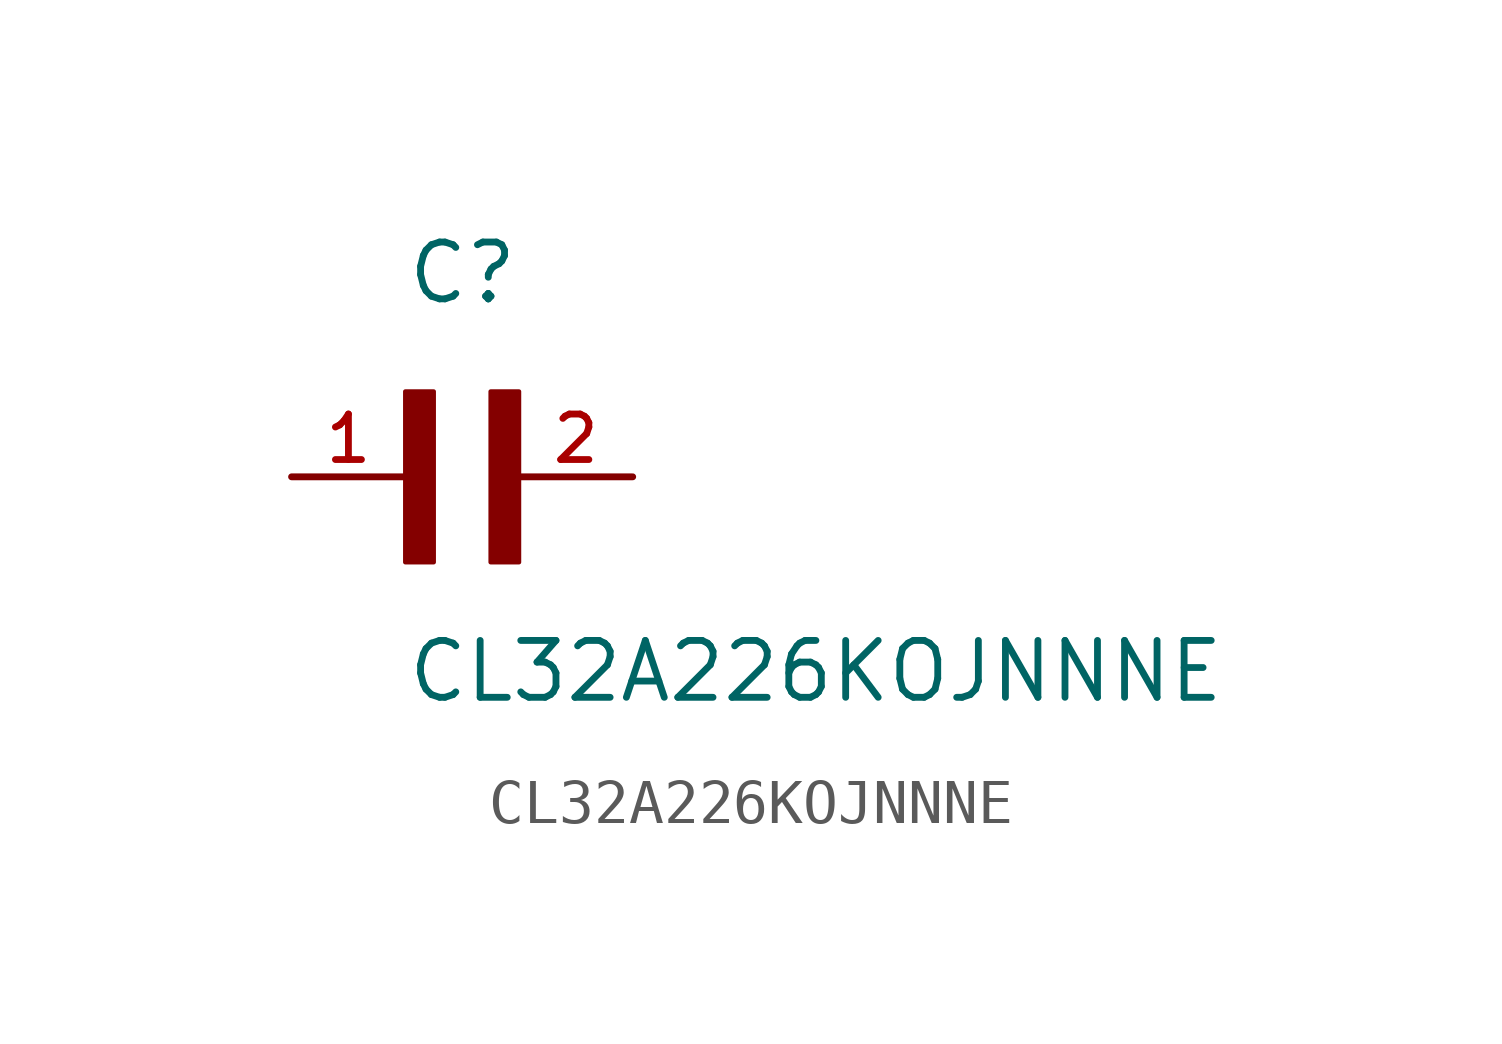
<source format=kicad_sym>
(kicad_symbol_lib
  (version 20211014)
  (generator kicad_symbol_editor)
  (symbol "CL32A226KOJNNNE"
    (pin_names
      (offset 1.016))
    (property "Reference" "C"
      (at 0.0 3.811 0)
      (effects (font (size 1.27 1.27)) (justify bottom left)))
    (property "Value" "CL32A226KOJNNNE"
      (at 0.0 -5.088 0)
      (effects (font (size 1.27 1.27)) (justify bottom left)))
    (symbol "CL32A226KOJNNNE_0_0"
      (rectangle (start 0.0 -1.907) (end 0.635 1.905) (stroke (width 0.1)) (fill (type outline)))
      (rectangle (start 1.907 -1.907) (end 2.54 1.905) (stroke (width 0.1)) (fill (type outline)))
      (pin passive line (at -2.54 0.0 0) (length 2.54) (name "~" (effects (font (size 1.016 1.016)))) (number "1" (effects (font (size 1.016 1.016)))))
      (pin passive line (at 5.08 0.0 180.0) (length 2.54) (name "~" (effects (font (size 1.016 1.016)))) (number "2" (effects (font (size 1.016 1.016))))))))
</source>
